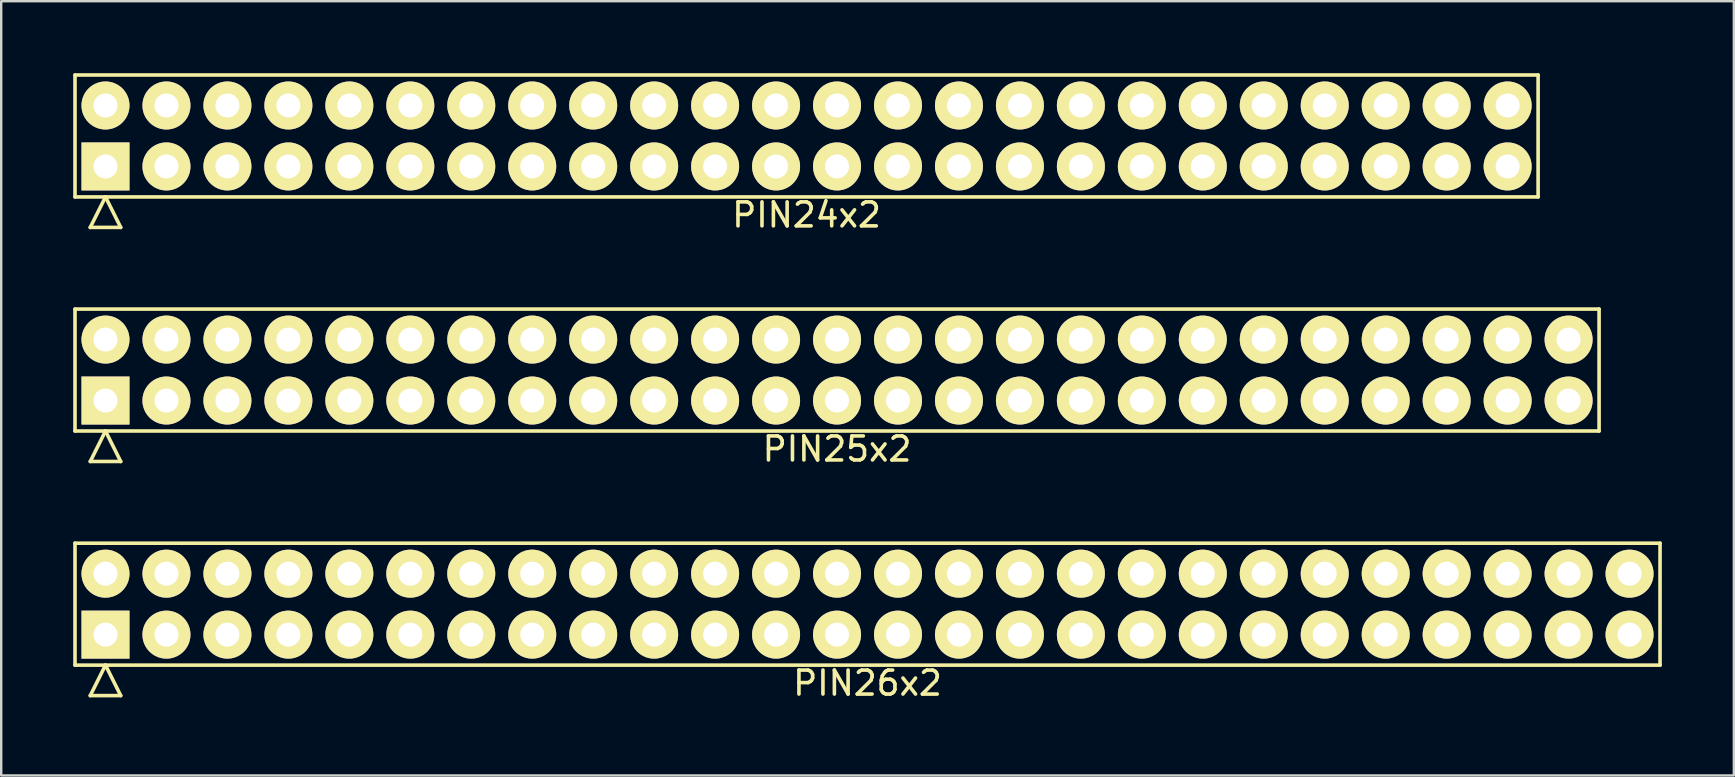
<source format=kicad_pcb>
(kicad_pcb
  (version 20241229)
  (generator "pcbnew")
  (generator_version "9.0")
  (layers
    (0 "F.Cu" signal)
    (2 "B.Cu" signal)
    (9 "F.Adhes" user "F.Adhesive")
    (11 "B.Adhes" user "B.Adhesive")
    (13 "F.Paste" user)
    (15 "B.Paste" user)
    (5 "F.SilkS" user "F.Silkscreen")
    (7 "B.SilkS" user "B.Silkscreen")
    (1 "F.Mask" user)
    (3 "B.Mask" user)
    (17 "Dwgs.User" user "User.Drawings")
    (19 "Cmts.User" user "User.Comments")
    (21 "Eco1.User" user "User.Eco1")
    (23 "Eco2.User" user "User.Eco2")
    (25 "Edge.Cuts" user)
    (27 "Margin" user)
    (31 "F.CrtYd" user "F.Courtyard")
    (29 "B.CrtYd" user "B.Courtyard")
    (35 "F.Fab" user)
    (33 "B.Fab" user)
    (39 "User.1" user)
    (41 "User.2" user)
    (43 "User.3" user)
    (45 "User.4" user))
  (footprint "PIN26x2"
    (layer "F.Cu")
    (at 33.095 22.122)
    (property "Reference" "PIN26x2" (at 0 3.29 0) (layer "F.SilkS") (effects (font (size 1 1) (thickness 0.15))))
    (attr through_hole)
    (fp_line (start -33.02 -2.54) (end -33.02 2.54) (stroke (width 0.15) (type solid)) (layer "F.SilkS"))
    (fp_line (start -33.02 2.54) (end 33.02 2.54) (stroke (width 0.15) (type solid)) (layer "F.SilkS"))
    (fp_line (start -32.385 3.81) (end -31.75 2.54) (stroke (width 0.15) (type solid)) (layer "F.SilkS"))
    (fp_line (start -32.385 3.81) (end -31.115 3.81) (stroke (width 0.15) (type solid)) (layer "F.SilkS"))
    (fp_line (start -31.115 3.81) (end -31.75 2.54) (stroke (width 0.15) (type solid)) (layer "F.SilkS"))
    (fp_line (start 33.02 -2.54) (end -33.02 -2.54) (stroke (width 0.15) (type solid)) (layer "F.SilkS"))
    (fp_line (start 33.02 2.54) (end 33.02 -2.54) (stroke (width 0.15) (type solid)) (layer "F.SilkS"))
    (pad "1" thru_hole rect (at -31.75 1.27) (size 2 2) (drill 1) (layers "*.Cu" "*.Mask" "F.SilkS"))
    (pad "2" thru_hole circle (at -31.75 -1.27) (size 2 2) (drill 1) (layers "*.Cu" "*.Mask" "F.SilkS"))
    (pad "3" thru_hole circle (at -29.21 1.27) (size 2 2) (drill 1) (layers "*.Cu" "*.Mask" "F.SilkS"))
    (pad "4" thru_hole circle (at -29.21 -1.27) (size 2 2) (drill 1) (layers "*.Cu" "*.Mask" "F.SilkS"))
    (pad "5" thru_hole circle (at -26.67 1.27) (size 2 2) (drill 1) (layers "*.Cu" "*.Mask" "F.SilkS"))
    (pad "6" thru_hole circle (at -26.67 -1.27) (size 2 2) (drill 1) (layers "*.Cu" "*.Mask" "F.SilkS"))
    (pad "7" thru_hole circle (at -24.13 1.27) (size 2 2) (drill 1) (layers "*.Cu" "*.Mask" "F.SilkS"))
    (pad "8" thru_hole circle (at -24.13 -1.27) (size 2 2) (drill 1) (layers "*.Cu" "*.Mask" "F.SilkS"))
    (pad "9" thru_hole circle (at -21.59 1.27) (size 2 2) (drill 1) (layers "*.Cu" "*.Mask" "F.SilkS"))
    (pad "10" thru_hole circle (at -21.59 -1.27) (size 2 2) (drill 1) (layers "*.Cu" "*.Mask" "F.SilkS"))
    (pad "11" thru_hole circle (at -19.05 1.27) (size 2 2) (drill 1) (layers "*.Cu" "*.Mask" "F.SilkS"))
    (pad "12" thru_hole circle (at -19.05 -1.27) (size 2 2) (drill 1) (layers "*.Cu" "*.Mask" "F.SilkS"))
    (pad "13" thru_hole circle (at -16.51 1.27) (size 2 2) (drill 1) (layers "*.Cu" "*.Mask" "F.SilkS"))
    (pad "14" thru_hole circle (at -16.51 -1.27) (size 2 2) (drill 1) (layers "*.Cu" "*.Mask" "F.SilkS"))
    (pad "15" thru_hole circle (at -13.97 1.27) (size 2 2) (drill 1) (layers "*.Cu" "*.Mask" "F.SilkS"))
    (pad "16" thru_hole circle (at -13.97 -1.27) (size 2 2) (drill 1) (layers "*.Cu" "*.Mask" "F.SilkS"))
    (pad "17" thru_hole circle (at -11.43 1.27) (size 2 2) (drill 1) (layers "*.Cu" "*.Mask" "F.SilkS"))
    (pad "18" thru_hole circle (at -11.43 -1.27) (size 2 2) (drill 1) (layers "*.Cu" "*.Mask" "F.SilkS"))
    (pad "19" thru_hole circle (at -8.89 1.27) (size 2 2) (drill 1) (layers "*.Cu" "*.Mask" "F.SilkS"))
    (pad "20" thru_hole circle (at -8.89 -1.27) (size 2 2) (drill 1) (layers "*.Cu" "*.Mask" "F.SilkS"))
    (pad "21" thru_hole circle (at -6.35 1.27) (size 2 2) (drill 1) (layers "*.Cu" "*.Mask" "F.SilkS"))
    (pad "22" thru_hole circle (at -6.35 -1.27) (size 2 2) (drill 1) (layers "*.Cu" "*.Mask" "F.SilkS"))
    (pad "23" thru_hole circle (at -3.81 1.27) (size 2 2) (drill 1) (layers "*.Cu" "*.Mask" "F.SilkS"))
    (pad "24" thru_hole circle (at -3.81 -1.27) (size 2 2) (drill 1) (layers "*.Cu" "*.Mask" "F.SilkS"))
    (pad "25" thru_hole circle (at -1.27 1.27) (size 2 2) (drill 1) (layers "*.Cu" "*.Mask" "F.SilkS"))
    (pad "26" thru_hole circle (at -1.27 -1.27) (size 2 2) (drill 1) (layers "*.Cu" "*.Mask" "F.SilkS"))
    (pad "27" thru_hole circle (at 1.27 1.27) (size 2 2) (drill 1) (layers "*.Cu" "*.Mask" "F.SilkS"))
    (pad "28" thru_hole circle (at 1.27 -1.27) (size 2 2) (drill 1) (layers "*.Cu" "*.Mask" "F.SilkS"))
    (pad "29" thru_hole circle (at 3.81 1.27) (size 2 2) (drill 1) (layers "*.Cu" "*.Mask" "F.SilkS"))
    (pad "30" thru_hole circle (at 3.81 -1.27) (size 2 2) (drill 1) (layers "*.Cu" "*.Mask" "F.SilkS"))
    (pad "31" thru_hole circle (at 6.35 1.27) (size 2 2) (drill 1) (layers "*.Cu" "*.Mask" "F.SilkS"))
    (pad "32" thru_hole circle (at 6.35 -1.27) (size 2 2) (drill 1) (layers "*.Cu" "*.Mask" "F.SilkS"))
    (pad "33" thru_hole circle (at 8.89 1.27) (size 2 2) (drill 1) (layers "*.Cu" "*.Mask" "F.SilkS"))
    (pad "34" thru_hole circle (at 8.89 -1.27) (size 2 2) (drill 1) (layers "*.Cu" "*.Mask" "F.SilkS"))
    (pad "35" thru_hole circle (at 11.43 1.27) (size 2 2) (drill 1) (layers "*.Cu" "*.Mask" "F.SilkS"))
    (pad "36" thru_hole circle (at 11.43 -1.27) (size 2 2) (drill 1) (layers "*.Cu" "*.Mask" "F.SilkS"))
    (pad "37" thru_hole circle (at 13.97 1.27) (size 2 2) (drill 1) (layers "*.Cu" "*.Mask" "F.SilkS"))
    (pad "38" thru_hole circle (at 13.97 -1.27) (size 2 2) (drill 1) (layers "*.Cu" "*.Mask" "F.SilkS"))
    (pad "39" thru_hole circle (at 16.51 1.27) (size 2 2) (drill 1) (layers "*.Cu" "*.Mask" "F.SilkS"))
    (pad "40" thru_hole circle (at 16.51 -1.27) (size 2 2) (drill 1) (layers "*.Cu" "*.Mask" "F.SilkS"))
    (pad "41" thru_hole circle (at 19.05 1.27) (size 2 2) (drill 1) (layers "*.Cu" "*.Mask" "F.SilkS"))
    (pad "42" thru_hole circle (at 19.05 -1.27) (size 2 2) (drill 1) (layers "*.Cu" "*.Mask" "F.SilkS"))
    (pad "43" thru_hole circle (at 21.59 1.27) (size 2 2) (drill 1) (layers "*.Cu" "*.Mask" "F.SilkS"))
    (pad "44" thru_hole circle (at 21.59 -1.27) (size 2 2) (drill 1) (layers "*.Cu" "*.Mask" "F.SilkS"))
    (pad "45" thru_hole circle (at 24.13 1.27) (size 2 2) (drill 1) (layers "*.Cu" "*.Mask" "F.SilkS"))
    (pad "46" thru_hole circle (at 24.13 -1.27) (size 2 2) (drill 1) (layers "*.Cu" "*.Mask" "F.SilkS"))
    (pad "47" thru_hole circle (at 26.67 1.27) (size 2 2) (drill 1) (layers "*.Cu" "*.Mask" "F.SilkS"))
    (pad "48" thru_hole circle (at 26.67 -1.27) (size 2 2) (drill 1) (layers "*.Cu" "*.Mask" "F.SilkS"))
    (pad "49" thru_hole circle (at 29.21 1.27) (size 2 2) (drill 1) (layers "*.Cu" "*.Mask" "F.SilkS"))
    (pad "50" thru_hole circle (at 29.21 -1.27) (size 2 2) (drill 1) (layers "*.Cu" "*.Mask" "F.SilkS"))
    (pad "51" thru_hole circle (at 31.75 1.27) (size 2 2) (drill 1) (layers "*.Cu" "*.Mask" "F.SilkS"))
    (pad "52" thru_hole circle (at 31.75 -1.27) (size 2 2) (drill 1) (layers "*.Cu" "*.Mask" "F.SilkS")))
  (footprint "PIN24x2"
    (layer "F.Cu")
    (at 30.555 2.615)
    (property "Reference" "PIN24x2" (at 0 3.29 0) (layer "F.SilkS") (effects (font (size 1 1) (thickness 0.15))))
    (attr through_hole)
    (fp_line (start -30.48 -2.54) (end -30.48 2.54) (stroke (width 0.15) (type solid)) (layer "F.SilkS"))
    (fp_line (start -30.48 2.54) (end 30.48 2.54) (stroke (width 0.15) (type solid)) (layer "F.SilkS"))
    (fp_line (start -29.845 3.81) (end -29.21 2.54) (stroke (width 0.15) (type solid)) (layer "F.SilkS"))
    (fp_line (start -29.845 3.81) (end -28.575 3.81) (stroke (width 0.15) (type solid)) (layer "F.SilkS"))
    (fp_line (start -28.575 3.81) (end -29.21 2.54) (stroke (width 0.15) (type solid)) (layer "F.SilkS"))
    (fp_line (start 30.48 -2.54) (end -30.48 -2.54) (stroke (width 0.15) (type solid)) (layer "F.SilkS"))
    (fp_line (start 30.48 2.54) (end 30.48 -2.54) (stroke (width 0.15) (type solid)) (layer "F.SilkS"))
    (pad "1" thru_hole rect (at -29.21 1.27) (size 2 2) (drill 1) (layers "*.Cu" "*.Mask" "F.SilkS"))
    (pad "2" thru_hole circle (at -29.21 -1.27) (size 2 2) (drill 1) (layers "*.Cu" "*.Mask" "F.SilkS"))
    (pad "3" thru_hole circle (at -26.67 1.27) (size 2 2) (drill 1) (layers "*.Cu" "*.Mask" "F.SilkS"))
    (pad "4" thru_hole circle (at -26.67 -1.27) (size 2 2) (drill 1) (layers "*.Cu" "*.Mask" "F.SilkS"))
    (pad "5" thru_hole circle (at -24.13 1.27) (size 2 2) (drill 1) (layers "*.Cu" "*.Mask" "F.SilkS"))
    (pad "6" thru_hole circle (at -24.13 -1.27) (size 2 2) (drill 1) (layers "*.Cu" "*.Mask" "F.SilkS"))
    (pad "7" thru_hole circle (at -21.59 1.27) (size 2 2) (drill 1) (layers "*.Cu" "*.Mask" "F.SilkS"))
    (pad "8" thru_hole circle (at -21.59 -1.27) (size 2 2) (drill 1) (layers "*.Cu" "*.Mask" "F.SilkS"))
    (pad "9" thru_hole circle (at -19.05 1.27) (size 2 2) (drill 1) (layers "*.Cu" "*.Mask" "F.SilkS"))
    (pad "10" thru_hole circle (at -19.05 -1.27) (size 2 2) (drill 1) (layers "*.Cu" "*.Mask" "F.SilkS"))
    (pad "11" thru_hole circle (at -16.51 1.27) (size 2 2) (drill 1) (layers "*.Cu" "*.Mask" "F.SilkS"))
    (pad "12" thru_hole circle (at -16.51 -1.27) (size 2 2) (drill 1) (layers "*.Cu" "*.Mask" "F.SilkS"))
    (pad "13" thru_hole circle (at -13.97 1.27) (size 2 2) (drill 1) (layers "*.Cu" "*.Mask" "F.SilkS"))
    (pad "14" thru_hole circle (at -13.97 -1.27) (size 2 2) (drill 1) (layers "*.Cu" "*.Mask" "F.SilkS"))
    (pad "15" thru_hole circle (at -11.43 1.27) (size 2 2) (drill 1) (layers "*.Cu" "*.Mask" "F.SilkS"))
    (pad "16" thru_hole circle (at -11.43 -1.27) (size 2 2) (drill 1) (layers "*.Cu" "*.Mask" "F.SilkS"))
    (pad "17" thru_hole circle (at -8.89 1.27) (size 2 2) (drill 1) (layers "*.Cu" "*.Mask" "F.SilkS"))
    (pad "18" thru_hole circle (at -8.89 -1.27) (size 2 2) (drill 1) (layers "*.Cu" "*.Mask" "F.SilkS"))
    (pad "19" thru_hole circle (at -6.35 1.27) (size 2 2) (drill 1) (layers "*.Cu" "*.Mask" "F.SilkS"))
    (pad "20" thru_hole circle (at -6.35 -1.27) (size 2 2) (drill 1) (layers "*.Cu" "*.Mask" "F.SilkS"))
    (pad "21" thru_hole circle (at -3.81 1.27) (size 2 2) (drill 1) (layers "*.Cu" "*.Mask" "F.SilkS"))
    (pad "22" thru_hole circle (at -3.81 -1.27) (size 2 2) (drill 1) (layers "*.Cu" "*.Mask" "F.SilkS"))
    (pad "23" thru_hole circle (at -1.27 1.27) (size 2 2) (drill 1) (layers "*.Cu" "*.Mask" "F.SilkS"))
    (pad "24" thru_hole circle (at -1.27 -1.27) (size 2 2) (drill 1) (layers "*.Cu" "*.Mask" "F.SilkS"))
    (pad "25" thru_hole circle (at 1.27 1.27) (size 2 2) (drill 1) (layers "*.Cu" "*.Mask" "F.SilkS"))
    (pad "26" thru_hole circle (at 1.27 -1.27) (size 2 2) (drill 1) (layers "*.Cu" "*.Mask" "F.SilkS"))
    (pad "27" thru_hole circle (at 3.81 1.27) (size 2 2) (drill 1) (layers "*.Cu" "*.Mask" "F.SilkS"))
    (pad "28" thru_hole circle (at 3.81 -1.27) (size 2 2) (drill 1) (layers "*.Cu" "*.Mask" "F.SilkS"))
    (pad "29" thru_hole circle (at 6.35 1.27) (size 2 2) (drill 1) (layers "*.Cu" "*.Mask" "F.SilkS"))
    (pad "30" thru_hole circle (at 6.35 -1.27) (size 2 2) (drill 1) (layers "*.Cu" "*.Mask" "F.SilkS"))
    (pad "31" thru_hole circle (at 8.89 1.27) (size 2 2) (drill 1) (layers "*.Cu" "*.Mask" "F.SilkS"))
    (pad "32" thru_hole circle (at 8.89 -1.27) (size 2 2) (drill 1) (layers "*.Cu" "*.Mask" "F.SilkS"))
    (pad "33" thru_hole circle (at 11.43 1.27) (size 2 2) (drill 1) (layers "*.Cu" "*.Mask" "F.SilkS"))
    (pad "34" thru_hole circle (at 11.43 -1.27) (size 2 2) (drill 1) (layers "*.Cu" "*.Mask" "F.SilkS"))
    (pad "35" thru_hole circle (at 13.97 1.27) (size 2 2) (drill 1) (layers "*.Cu" "*.Mask" "F.SilkS"))
    (pad "36" thru_hole circle (at 13.97 -1.27) (size 2 2) (drill 1) (layers "*.Cu" "*.Mask" "F.SilkS"))
    (pad "37" thru_hole circle (at 16.51 1.27) (size 2 2) (drill 1) (layers "*.Cu" "*.Mask" "F.SilkS"))
    (pad "38" thru_hole circle (at 16.51 -1.27) (size 2 2) (drill 1) (layers "*.Cu" "*.Mask" "F.SilkS"))
    (pad "39" thru_hole circle (at 19.05 1.27) (size 2 2) (drill 1) (layers "*.Cu" "*.Mask" "F.SilkS"))
    (pad "40" thru_hole circle (at 19.05 -1.27) (size 2 2) (drill 1) (layers "*.Cu" "*.Mask" "F.SilkS"))
    (pad "41" thru_hole circle (at 21.59 1.27) (size 2 2) (drill 1) (layers "*.Cu" "*.Mask" "F.SilkS"))
    (pad "42" thru_hole circle (at 21.59 -1.27) (size 2 2) (drill 1) (layers "*.Cu" "*.Mask" "F.SilkS"))
    (pad "43" thru_hole circle (at 24.13 1.27) (size 2 2) (drill 1) (layers "*.Cu" "*.Mask" "F.SilkS"))
    (pad "44" thru_hole circle (at 24.13 -1.27) (size 2 2) (drill 1) (layers "*.Cu" "*.Mask" "F.SilkS"))
    (pad "45" thru_hole circle (at 26.67 1.27) (size 2 2) (drill 1) (layers "*.Cu" "*.Mask" "F.SilkS"))
    (pad "46" thru_hole circle (at 26.67 -1.27) (size 2 2) (drill 1) (layers "*.Cu" "*.Mask" "F.SilkS"))
    (pad "47" thru_hole circle (at 29.21 1.27) (size 2 2) (drill 1) (layers "*.Cu" "*.Mask" "F.SilkS"))
    (pad "48" thru_hole circle (at 29.21 -1.27) (size 2 2) (drill 1) (layers "*.Cu" "*.Mask" "F.SilkS")))
  (footprint "PIN25x2"
    (layer "F.Cu")
    (at 31.825 12.368)
    (property "Reference" "PIN25x2" (at 0 3.29 0) (layer "F.SilkS") (effects (font (size 1 1) (thickness 0.15))))
    (attr through_hole)
    (fp_line (start -31.75 -2.54) (end -31.75 2.54) (stroke (width 0.15) (type solid)) (layer "F.SilkS"))
    (fp_line (start -31.75 2.54) (end 31.75 2.54) (stroke (width 0.15) (type solid)) (layer "F.SilkS"))
    (fp_line (start -31.115 3.81) (end -30.48 2.54) (stroke (width 0.15) (type solid)) (layer "F.SilkS"))
    (fp_line (start -31.115 3.81) (end -29.845 3.81) (stroke (width 0.15) (type solid)) (layer "F.SilkS"))
    (fp_line (start -29.845 3.81) (end -30.48 2.54) (stroke (width 0.15) (type solid)) (layer "F.SilkS"))
    (fp_line (start 31.75 -2.54) (end -31.75 -2.54) (stroke (width 0.15) (type solid)) (layer "F.SilkS"))
    (fp_line (start 31.75 2.54) (end 31.75 -2.54) (stroke (width 0.15) (type solid)) (layer "F.SilkS"))
    (pad "1" thru_hole rect (at -30.48 1.27) (size 2 2) (drill 1) (layers "*.Cu" "*.Mask" "F.SilkS"))
    (pad "2" thru_hole circle (at -30.48 -1.27) (size 2 2) (drill 1) (layers "*.Cu" "*.Mask" "F.SilkS"))
    (pad "3" thru_hole circle (at -27.94 1.27) (size 2 2) (drill 1) (layers "*.Cu" "*.Mask" "F.SilkS"))
    (pad "4" thru_hole circle (at -27.94 -1.27) (size 2 2) (drill 1) (layers "*.Cu" "*.Mask" "F.SilkS"))
    (pad "5" thru_hole circle (at -25.4 1.27) (size 2 2) (drill 1) (layers "*.Cu" "*.Mask" "F.SilkS"))
    (pad "6" thru_hole circle (at -25.4 -1.27) (size 2 2) (drill 1) (layers "*.Cu" "*.Mask" "F.SilkS"))
    (pad "7" thru_hole circle (at -22.86 1.27) (size 2 2) (drill 1) (layers "*.Cu" "*.Mask" "F.SilkS"))
    (pad "8" thru_hole circle (at -22.86 -1.27) (size 2 2) (drill 1) (layers "*.Cu" "*.Mask" "F.SilkS"))
    (pad "9" thru_hole circle (at -20.32 1.27) (size 2 2) (drill 1) (layers "*.Cu" "*.Mask" "F.SilkS"))
    (pad "10" thru_hole circle (at -20.32 -1.27) (size 2 2) (drill 1) (layers "*.Cu" "*.Mask" "F.SilkS"))
    (pad "11" thru_hole circle (at -17.78 1.27) (size 2 2) (drill 1) (layers "*.Cu" "*.Mask" "F.SilkS"))
    (pad "12" thru_hole circle (at -17.78 -1.27) (size 2 2) (drill 1) (layers "*.Cu" "*.Mask" "F.SilkS"))
    (pad "13" thru_hole circle (at -15.24 1.27) (size 2 2) (drill 1) (layers "*.Cu" "*.Mask" "F.SilkS"))
    (pad "14" thru_hole circle (at -15.24 -1.27) (size 2 2) (drill 1) (layers "*.Cu" "*.Mask" "F.SilkS"))
    (pad "15" thru_hole circle (at -12.7 1.27) (size 2 2) (drill 1) (layers "*.Cu" "*.Mask" "F.SilkS"))
    (pad "16" thru_hole circle (at -12.7 -1.27) (size 2 2) (drill 1) (layers "*.Cu" "*.Mask" "F.SilkS"))
    (pad "17" thru_hole circle (at -10.16 1.27) (size 2 2) (drill 1) (layers "*.Cu" "*.Mask" "F.SilkS"))
    (pad "18" thru_hole circle (at -10.16 -1.27) (size 2 2) (drill 1) (layers "*.Cu" "*.Mask" "F.SilkS"))
    (pad "19" thru_hole circle (at -7.62 1.27) (size 2 2) (drill 1) (layers "*.Cu" "*.Mask" "F.SilkS"))
    (pad "20" thru_hole circle (at -7.62 -1.27) (size 2 2) (drill 1) (layers "*.Cu" "*.Mask" "F.SilkS"))
    (pad "21" thru_hole circle (at -5.08 1.27) (size 2 2) (drill 1) (layers "*.Cu" "*.Mask" "F.SilkS"))
    (pad "22" thru_hole circle (at -5.08 -1.27) (size 2 2) (drill 1) (layers "*.Cu" "*.Mask" "F.SilkS"))
    (pad "23" thru_hole circle (at -2.54 1.27) (size 2 2) (drill 1) (layers "*.Cu" "*.Mask" "F.SilkS"))
    (pad "24" thru_hole circle (at -2.54 -1.27) (size 2 2) (drill 1) (layers "*.Cu" "*.Mask" "F.SilkS"))
    (pad "25" thru_hole circle (at 0 1.27) (size 2 2) (drill 1) (layers "*.Cu" "*.Mask" "F.SilkS"))
    (pad "26" thru_hole circle (at 0 -1.27) (size 2 2) (drill 1) (layers "*.Cu" "*.Mask" "F.SilkS"))
    (pad "27" thru_hole circle (at 2.54 1.27) (size 2 2) (drill 1) (layers "*.Cu" "*.Mask" "F.SilkS"))
    (pad "28" thru_hole circle (at 2.54 -1.27) (size 2 2) (drill 1) (layers "*.Cu" "*.Mask" "F.SilkS"))
    (pad "29" thru_hole circle (at 5.08 1.27) (size 2 2) (drill 1) (layers "*.Cu" "*.Mask" "F.SilkS"))
    (pad "30" thru_hole circle (at 5.08 -1.27) (size 2 2) (drill 1) (layers "*.Cu" "*.Mask" "F.SilkS"))
    (pad "31" thru_hole circle (at 7.62 1.27) (size 2 2) (drill 1) (layers "*.Cu" "*.Mask" "F.SilkS"))
    (pad "32" thru_hole circle (at 7.62 -1.27) (size 2 2) (drill 1) (layers "*.Cu" "*.Mask" "F.SilkS"))
    (pad "33" thru_hole circle (at 10.16 1.27) (size 2 2) (drill 1) (layers "*.Cu" "*.Mask" "F.SilkS"))
    (pad "34" thru_hole circle (at 10.16 -1.27) (size 2 2) (drill 1) (layers "*.Cu" "*.Mask" "F.SilkS"))
    (pad "35" thru_hole circle (at 12.7 1.27) (size 2 2) (drill 1) (layers "*.Cu" "*.Mask" "F.SilkS"))
    (pad "36" thru_hole circle (at 12.7 -1.27) (size 2 2) (drill 1) (layers "*.Cu" "*.Mask" "F.SilkS"))
    (pad "37" thru_hole circle (at 15.24 1.27) (size 2 2) (drill 1) (layers "*.Cu" "*.Mask" "F.SilkS"))
    (pad "38" thru_hole circle (at 15.24 -1.27) (size 2 2) (drill 1) (layers "*.Cu" "*.Mask" "F.SilkS"))
    (pad "39" thru_hole circle (at 17.78 1.27) (size 2 2) (drill 1) (layers "*.Cu" "*.Mask" "F.SilkS"))
    (pad "40" thru_hole circle (at 17.78 -1.27) (size 2 2) (drill 1) (layers "*.Cu" "*.Mask" "F.SilkS"))
    (pad "41" thru_hole circle (at 20.32 1.27) (size 2 2) (drill 1) (layers "*.Cu" "*.Mask" "F.SilkS"))
    (pad "42" thru_hole circle (at 20.32 -1.27) (size 2 2) (drill 1) (layers "*.Cu" "*.Mask" "F.SilkS"))
    (pad "43" thru_hole circle (at 22.86 1.27) (size 2 2) (drill 1) (layers "*.Cu" "*.Mask" "F.SilkS"))
    (pad "44" thru_hole circle (at 22.86 -1.27) (size 2 2) (drill 1) (layers "*.Cu" "*.Mask" "F.SilkS"))
    (pad "45" thru_hole circle (at 25.4 1.27) (size 2 2) (drill 1) (layers "*.Cu" "*.Mask" "F.SilkS"))
    (pad "46" thru_hole circle (at 25.4 -1.27) (size 2 2) (drill 1) (layers "*.Cu" "*.Mask" "F.SilkS"))
    (pad "47" thru_hole circle (at 27.94 1.27) (size 2 2) (drill 1) (layers "*.Cu" "*.Mask" "F.SilkS"))
    (pad "48" thru_hole circle (at 27.94 -1.27) (size 2 2) (drill 1) (layers "*.Cu" "*.Mask" "F.SilkS"))
    (pad "49" thru_hole circle (at 30.48 1.27) (size 2 2) (drill 1) (layers "*.Cu" "*.Mask" "F.SilkS"))
    (pad "50" thru_hole circle (at 30.48 -1.27) (size 2 2) (drill 1) (layers "*.Cu" "*.Mask" "F.SilkS")))
  (gr_rect
    (start -3 -3)
    (end 69.19 29.26)
    (stroke (width 0.1) (type default))
    (fill no)
    (layer "Edge.Cuts")))
</source>
